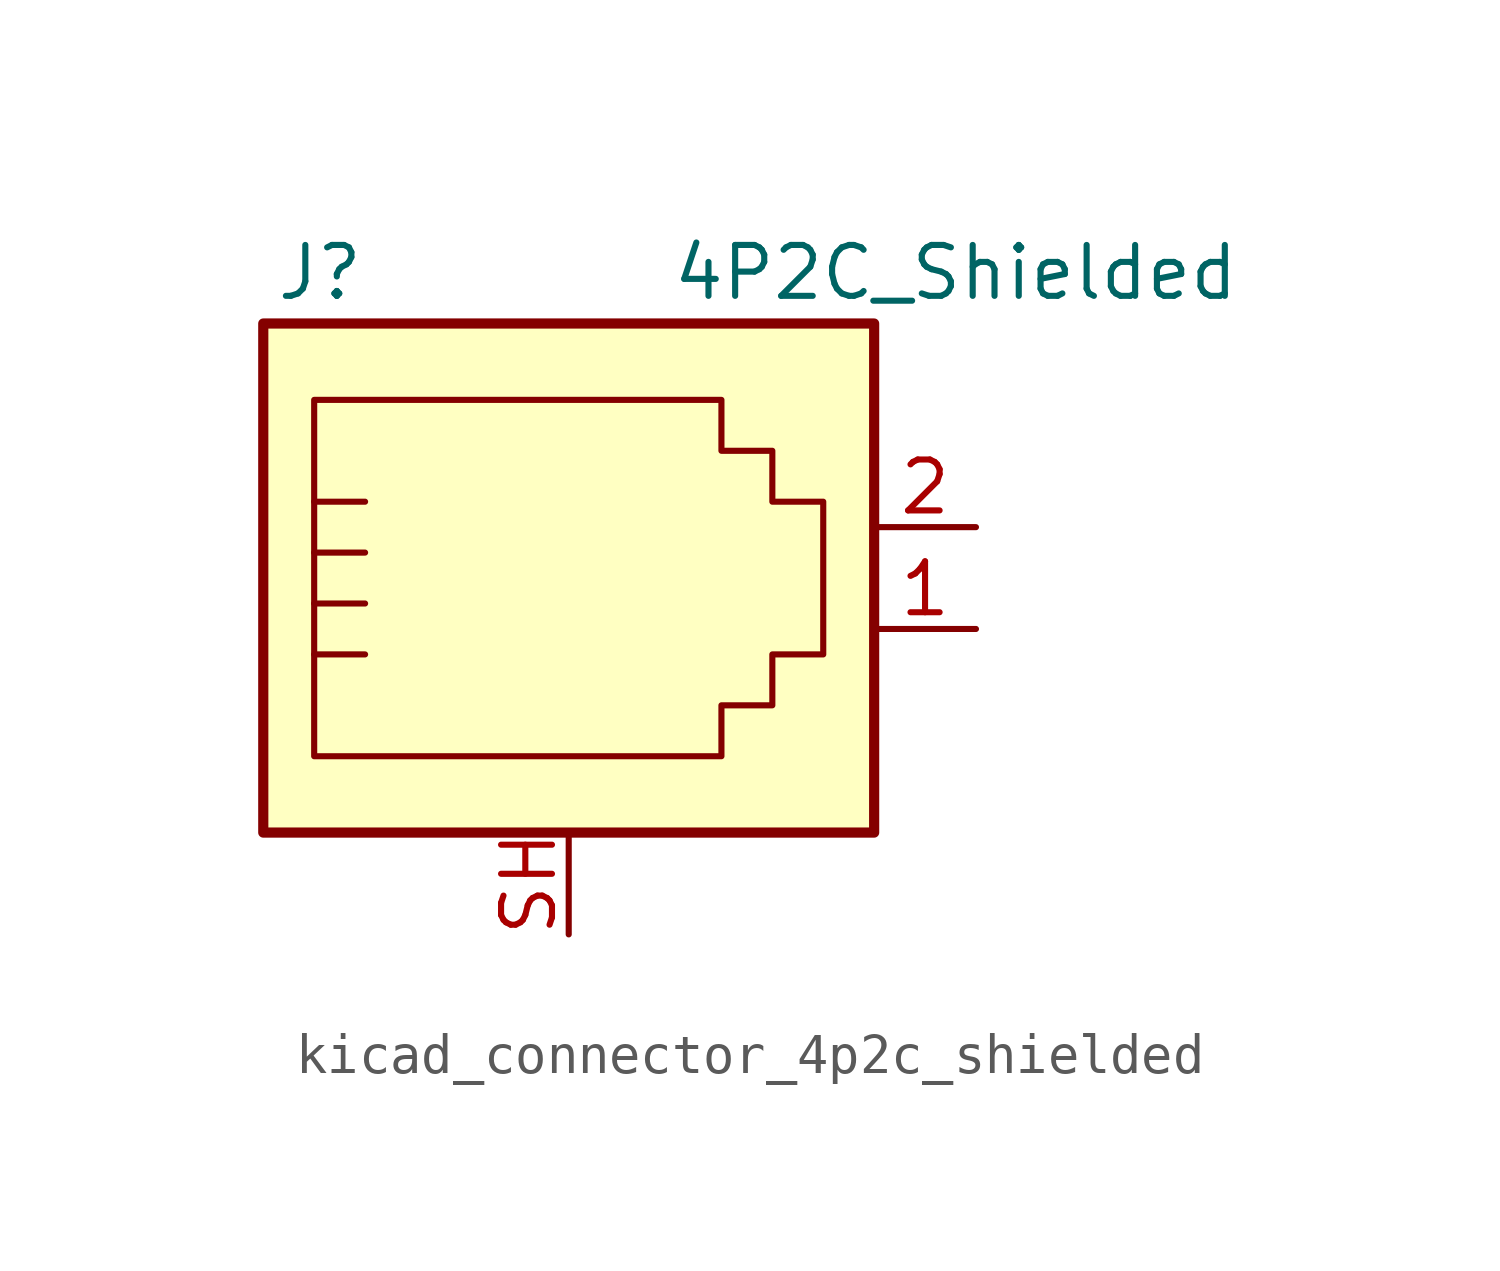
<source format=kicad_sym>
(kicad_symbol_lib
  (version 20220914)
  (generator kicad_symbol_editor)
  (symbol "kicad_connector_4p2c_shielded"
    (pin_names
      (offset 1.016))
    (property "Reference" "J"
      (at -5.08 8.89 0)
      (effects (font (size 1.27 1.27)) (justify right)))
    (property "Value" "4P2C_Shielded"
      (at 2.54 8.89 0)
      (effects (font (size 1.27 1.27)) (justify left)))
    (symbol "kicad_connector_4p2c_shielded_0_1"
      (polyline (pts (xy -6.35 -0.635) (xy -5.08 -0.635) (xy -5.08 -0.635)) (stroke (width 0) (type default)) (fill (type none)))
      (polyline (pts (xy -6.35 0.635) (xy -5.08 0.635) (xy -5.08 0.635)) (stroke (width 0) (type default)) (fill (type none)))
      (polyline (pts (xy -6.35 1.905) (xy -5.08 1.905) (xy -5.08 1.905)) (stroke (width 0) (type default)) (fill (type none)))
      (polyline (pts (xy -6.35 3.175) (xy -5.08 3.175) (xy -5.08 3.175)) (stroke (width 0) (type default)) (fill (type none)))
      (polyline (pts (xy -6.35 -3.175) (xy -6.35 5.715) (xy -1.27 5.715) (xy 3.81 5.715) (xy 3.81 4.445) (xy 5.08 4.445) (xy 5.08 3.175) (xy 6.35 3.175) (xy 6.35 -0.635) (xy 5.08 -0.635) (xy 5.08 -1.905) (xy 3.81 -1.905) (xy 3.81 -3.175) (xy -6.35 -3.175) (xy -6.35 -3.175)) (stroke (width 0) (type default)) (fill (type none)))
      (rectangle (start 7.62 7.62) (end -7.62 -5.08) (stroke (width 0.254) (type default)) (fill (type background))))
    (symbol "kicad_connector_4p2c_shielded_1_1"
      (pin passive line (at 10.16 0 180) (length 2.54) (name "~" (effects (font (size 1.27 1.27)))) (number "1" (effects (font (size 1.27 1.27)))))
      (pin passive line (at 10.16 2.54 180) (length 2.54) (name "~" (effects (font (size 1.27 1.27)))) (number "2" (effects (font (size 1.27 1.27)))))
      (pin passive line (at 0 -7.62 90) (length 2.54) (name "~" (effects (font (size 1.27 1.27)))) (number "SH" (effects (font (size 1.27 1.27))))))))
</source>
